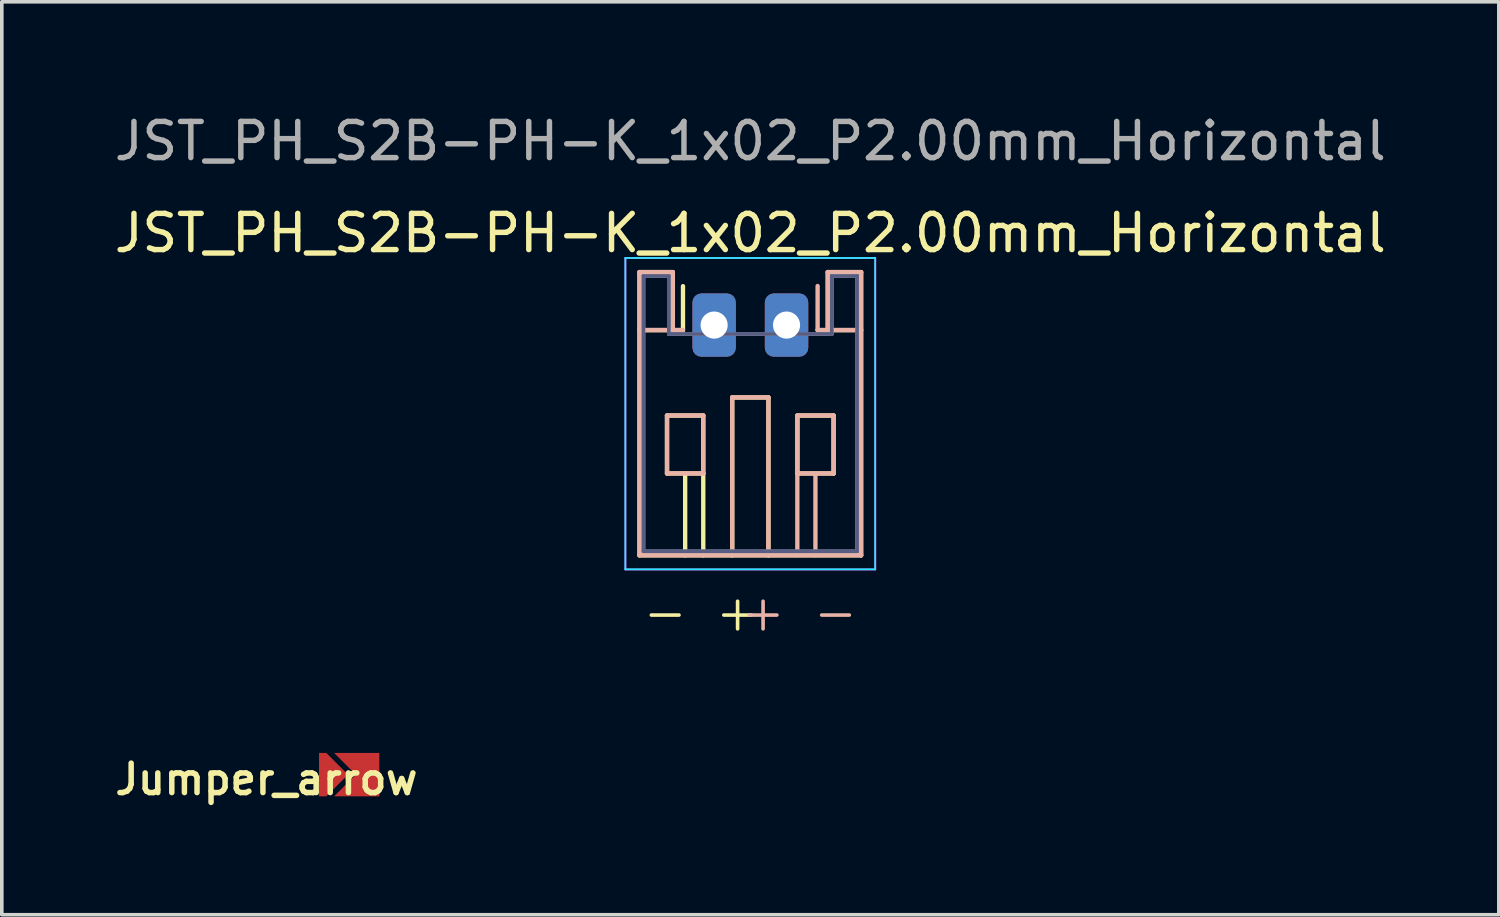
<source format=kicad_pcb>
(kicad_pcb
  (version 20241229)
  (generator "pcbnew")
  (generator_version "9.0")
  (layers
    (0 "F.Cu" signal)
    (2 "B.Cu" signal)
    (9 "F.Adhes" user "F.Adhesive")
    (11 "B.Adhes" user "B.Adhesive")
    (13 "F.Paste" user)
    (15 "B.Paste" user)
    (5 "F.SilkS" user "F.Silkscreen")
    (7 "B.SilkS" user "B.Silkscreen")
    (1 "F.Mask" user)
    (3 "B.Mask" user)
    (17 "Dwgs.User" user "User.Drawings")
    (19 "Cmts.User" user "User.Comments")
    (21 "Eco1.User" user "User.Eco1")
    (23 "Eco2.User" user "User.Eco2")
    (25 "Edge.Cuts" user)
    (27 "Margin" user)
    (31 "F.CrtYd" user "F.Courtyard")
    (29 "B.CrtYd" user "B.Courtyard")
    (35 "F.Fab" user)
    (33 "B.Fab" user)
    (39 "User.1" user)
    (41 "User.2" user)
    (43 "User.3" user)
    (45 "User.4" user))
  (footprint "JST_PH_S2B-PH-K_1x02_P2.00mm_Horizontal"
    (layer "F.Cu")
    (at 16.673 5.928)
    (property "Reference" "JST_PH_S2B-PH-K_1x02_P2.00mm_Horizontal" (at 1 -2.54 0) (layer "F.SilkS") (effects (font (size 1 1) (thickness 0.15))))
    (attr through_hole)
    (fp_line (start -2.06 -1.46) (end -2.06 6.36) (stroke (width 0.12) (type solid)) (layer "F.SilkS"))
    (fp_line (start -2.06 0.14) (end -1.14 0.14) (stroke (width 0.12) (type solid)) (layer "F.SilkS"))
    (fp_line (start -2.06 6.36) (end 4.06 6.36) (stroke (width 0.12) (type solid)) (layer "F.SilkS"))
    (fp_line (start -1.3 2.5) (end -1.3 4.1) (stroke (width 0.12) (type solid)) (layer "F.SilkS"))
    (fp_line (start -1.3 4.1) (end -0.3 4.1) (stroke (width 0.12) (type solid)) (layer "F.SilkS"))
    (fp_line (start -1.14 -1.46) (end -2.06 -1.46) (stroke (width 0.12) (type solid)) (layer "F.SilkS"))
    (fp_line (start -1.14 0.14) (end -1.14 -1.46) (stroke (width 0.12) (type solid)) (layer "F.SilkS"))
    (fp_line (start -0.86 0.14) (end -1.14 0.14) (stroke (width 0.12) (type solid)) (layer "F.SilkS"))
    (fp_line (start -0.86 0.14) (end -0.86 -1.075) (stroke (width 0.12) (type solid)) (layer "F.SilkS"))
    (fp_line (start -0.8 4.1) (end -0.8 6.36) (stroke (width 0.12) (type solid)) (layer "F.SilkS"))
    (fp_line (start -0.3 2.5) (end -1.3 2.5) (stroke (width 0.12) (type solid)) (layer "F.SilkS"))
    (fp_line (start -0.3 4.1) (end -0.3 2.5) (stroke (width 0.12) (type solid)) (layer "F.SilkS"))
    (fp_line (start -0.3 4.1) (end -0.3 6.36) (stroke (width 0.12) (type solid)) (layer "F.SilkS"))
    (fp_line (start 0.5 2) (end 1.5 2) (stroke (width 0.12) (type solid)) (layer "F.SilkS"))
    (fp_line (start 0.5 6.36) (end 0.5 2) (stroke (width 0.12) (type solid)) (layer "F.SilkS"))
    (fp_line (start 1.5 2) (end 1.5 6.36) (stroke (width 0.12) (type solid)) (layer "F.SilkS"))
    (fp_line (start 2.3 2.5) (end 3.3 2.5) (stroke (width 0.12) (type solid)) (layer "F.SilkS"))
    (fp_line (start 2.3 4.1) (end 2.3 2.5) (stroke (width 0.12) (type solid)) (layer "F.SilkS"))
    (fp_line (start 3.14 -1.46) (end 3.14 0.14) (stroke (width 0.12) (type solid)) (layer "F.SilkS"))
    (fp_line (start 3.14 0.14) (end 2.86 0.14) (stroke (width 0.12) (type solid)) (layer "F.SilkS"))
    (fp_line (start 3.3 2.5) (end 3.3 4.1) (stroke (width 0.12) (type solid)) (layer "F.SilkS"))
    (fp_line (start 3.3 4.1) (end 2.3 4.1) (stroke (width 0.12) (type solid)) (layer "F.SilkS"))
    (fp_line (start 4.06 -1.46) (end 3.14 -1.46) (stroke (width 0.12) (type solid)) (layer "F.SilkS"))
    (fp_line (start 4.06 0.14) (end 3.14 0.14) (stroke (width 0.12) (type solid)) (layer "F.SilkS"))
    (fp_line (start 4.06 6.36) (end 4.06 -1.46) (stroke (width 0.12) (type solid)) (layer "F.SilkS"))
    (fp_line (start -2.062 -1.464) (end -1.142 -1.464) (stroke (width 0.12) (type solid)) (layer "B.SilkS"))
    (fp_line (start -2.062 0.136) (end -1.142 0.136) (stroke (width 0.12) (type solid)) (layer "B.SilkS"))
    (fp_line (start -2.062 6.356) (end -2.062 -1.464) (stroke (width 0.12) (type solid)) (layer "B.SilkS"))
    (fp_line (start -1.302 2.496) (end -1.302 4.096) (stroke (width 0.12) (type solid)) (layer "B.SilkS"))
    (fp_line (start -1.302 4.096) (end -0.302 4.096) (stroke (width 0.12) (type solid)) (layer "B.SilkS"))
    (fp_line (start -1.142 -1.464) (end -1.142 0.136) (stroke (width 0.12) (type solid)) (layer "B.SilkS"))
    (fp_line (start -1.142 0.136) (end -0.862 0.136) (stroke (width 0.12) (type solid)) (layer "B.SilkS"))
    (fp_line (start -0.302 2.496) (end -1.302 2.496) (stroke (width 0.12) (type solid)) (layer "B.SilkS"))
    (fp_line (start -0.302 4.096) (end -0.302 2.496) (stroke (width 0.12) (type solid)) (layer "B.SilkS"))
    (fp_line (start 0.498 1.996) (end 0.498 6.356) (stroke (width 0.12) (type solid)) (layer "B.SilkS"))
    (fp_line (start 1.498 1.996) (end 0.498 1.996) (stroke (width 0.12) (type solid)) (layer "B.SilkS"))
    (fp_line (start 1.498 6.356) (end 1.498 1.996) (stroke (width 0.12) (type solid)) (layer "B.SilkS"))
    (fp_line (start 2.298 2.496) (end 3.298 2.496) (stroke (width 0.12) (type solid)) (layer "B.SilkS"))
    (fp_line (start 2.298 4.096) (end 2.298 2.496) (stroke (width 0.12) (type solid)) (layer "B.SilkS"))
    (fp_line (start 2.298 4.096) (end 2.298 6.356) (stroke (width 0.12) (type solid)) (layer "B.SilkS"))
    (fp_line (start 2.798 4.096) (end 2.798 6.356) (stroke (width 0.12) (type solid)) (layer "B.SilkS"))
    (fp_line (start 2.858 0.136) (end 2.858 -1.079) (stroke (width 0.12) (type solid)) (layer "B.SilkS"))
    (fp_line (start 2.858 0.136) (end 3.138 0.136) (stroke (width 0.12) (type solid)) (layer "B.SilkS"))
    (fp_line (start 3.138 -1.464) (end 4.058 -1.464) (stroke (width 0.12) (type solid)) (layer "B.SilkS"))
    (fp_line (start 3.138 0.136) (end 3.138 -1.464) (stroke (width 0.12) (type solid)) (layer "B.SilkS"))
    (fp_line (start 3.298 2.496) (end 3.298 4.096) (stroke (width 0.12) (type solid)) (layer "B.SilkS"))
    (fp_line (start 3.298 4.096) (end 2.298 4.096) (stroke (width 0.12) (type solid)) (layer "B.SilkS"))
    (fp_line (start 4.058 -1.464) (end 4.058 6.356) (stroke (width 0.12) (type solid)) (layer "B.SilkS"))
    (fp_line (start 4.058 0.136) (end 3.138 0.136) (stroke (width 0.12) (type solid)) (layer "B.SilkS"))
    (fp_line (start 4.058 6.356) (end -2.062 6.356) (stroke (width 0.12) (type solid)) (layer "B.SilkS"))
    (fp_line (start -2.452 -1.854) (end 4.448 -1.854) (stroke (width 0.05) (type solid)) (layer "B.CrtYd"))
    (fp_line (start -2.452 6.746) (end -2.452 -1.854) (stroke (width 0.05) (type solid)) (layer "B.CrtYd"))
    (fp_line (start 4.448 -1.854) (end 4.448 6.746) (stroke (width 0.05) (type solid)) (layer "B.CrtYd"))
    (fp_line (start 4.448 6.746) (end -2.452 6.746) (stroke (width 0.05) (type solid)) (layer "B.CrtYd"))
    (fp_line (start -2.45 -1.85) (end -2.45 6.75) (stroke (width 0.05) (type solid)) (layer "F.CrtYd"))
    (fp_line (start -2.45 6.75) (end 4.45 6.75) (stroke (width 0.05) (type solid)) (layer "F.CrtYd"))
    (fp_line (start 4.45 -1.85) (end -2.45 -1.85) (stroke (width 0.05) (type solid)) (layer "F.CrtYd"))
    (fp_line (start 4.45 6.75) (end 4.45 -1.85) (stroke (width 0.05) (type solid)) (layer "F.CrtYd"))
    (fp_line (start -1.952 -1.354) (end -1.252 -1.354) (stroke (width 0.1) (type solid)) (layer "B.Fab"))
    (fp_line (start -1.952 6.246) (end -1.952 -1.354) (stroke (width 0.1) (type solid)) (layer "B.Fab"))
    (fp_line (start -1.252 -1.354) (end -1.252 0.246) (stroke (width 0.1) (type solid)) (layer "B.Fab"))
    (fp_line (start -1.252 0.246) (end 3.248 0.246) (stroke (width 0.1) (type solid)) (layer "B.Fab"))
    (fp_line (start 3.248 -1.354) (end 3.948 -1.354) (stroke (width 0.1) (type solid)) (layer "B.Fab"))
    (fp_line (start 3.248 0.246) (end 3.248 -1.354) (stroke (width 0.1) (type solid)) (layer "B.Fab"))
    (fp_line (start 3.948 -1.354) (end 3.948 6.246) (stroke (width 0.1) (type solid)) (layer "B.Fab"))
    (fp_line (start 3.948 6.246) (end -1.952 6.246) (stroke (width 0.1) (type solid)) (layer "B.Fab"))
    (fp_line (start -1.95 -1.35) (end -1.95 6.25) (stroke (width 0.1) (type solid)) (layer "F.Fab"))
    (fp_line (start -1.95 6.25) (end 3.95 6.25) (stroke (width 0.1) (type solid)) (layer "F.Fab"))
    (fp_line (start -1.25 -1.35) (end -1.95 -1.35) (stroke (width 0.1) (type solid)) (layer "F.Fab"))
    (fp_line (start -1.25 0.25) (end -1.25 -1.35) (stroke (width 0.1) (type solid)) (layer "F.Fab"))
    (fp_line (start 3.25 -1.35) (end 3.25 0.25) (stroke (width 0.1) (type solid)) (layer "F.Fab"))
    (fp_line (start 3.25 0.25) (end -1.25 0.25) (stroke (width 0.1) (type solid)) (layer "F.Fab"))
    (fp_line (start 3.95 -1.35) (end 3.25 -1.35) (stroke (width 0.1) (type solid)) (layer "F.Fab"))
    (fp_line (start 3.95 6.25) (end 3.95 -1.35) (stroke (width 0.1) (type solid)) (layer "F.Fab"))
    (fp_text user "-" (at -0.667 7.5 180) (unlocked yes) (layer "F.SilkS") (effects (font (size 1 1) (thickness 0.1)) (justify left bottom)))
    (fp_text user "+" (at 1.333 7.5 180) (unlocked yes) (layer "F.SilkS") (effects (font (size 1 1) (thickness 0.1)) (justify left bottom)))
    (fp_text user "+" (at 0.667 7.5 180) (unlocked yes) (layer "B.SilkS") (effects (font (size 1 1) (thickness 0.1)) (justify left bottom mirror)))
    (fp_text user "-" (at 2.667 7.5 180) (unlocked yes) (layer "B.SilkS") (effects (font (size 1 1) (thickness 0.1)) (justify left bottom mirror)))
    (fp_text user "${REFERENCE}" (at 1 -5.08 0) (layer "F.Fab") (effects (font (size 1 1) (thickness 0.15))))
    (pad "1" thru_hole roundrect (at 0 0 180) (size 1.2 1.75) (drill 0.75) (layers "*.Cu" "*.Mask") (roundrect_rratio 0.208))
    (pad "2" thru_hole roundrect (at 2 0 180) (size 1.2 1.75) (drill 0.75) (layers "*.Cu" "*.Mask") (roundrect_rratio 0.208)))
  (footprint "Jumper_arrow"
    (layer "F.Cu")
    (at 6.594 18.344)
    (property "Reference" "Jumper_arrow" (at -2.286 0.127 0) (layer "F.SilkS") (effects (font (size 0.813 0.813) (thickness 0.152))))
    (attr smd)
    (fp_poly (pts (xy 0.329 0.508) (xy 0.329 -0.508) (xy -0.687 -0.508) (xy -0.687 0.508)) (stroke (width 0.1) (type solid)) (fill yes) (layer "F.Mask"))
    (pad "1" smd custom (at -0.433 0 90) (size 0.1 0.1) (layers "F.Cu" "F.Mask") (options (anchor rect)) (primitives (gr_poly (pts (xy -0.6 -0.4) (xy 0.6 -0.4) (xy 0.6 -0.2) (xy 0 0.4) (xy -0.6 -0.2)) (width 0) (fill yes))))
    (pad "2" smd custom (at 0.583 0 90) (size 1.2 0.5) (layers "F.Cu" "F.Mask") (options (anchor rect)) (primitives (gr_poly (pts (xy -0.6 0) (xy 0.6 0) (xy 0.6 -1) (xy 0 -0.4) (xy -0.6 -1)) (width 0) (fill yes)))))
  (gr_rect
    (start -3 -3)
    (end 38.345 22.214)
    (stroke (width 0.1) (type default))
    (fill no)
    (layer "Edge.Cuts")))
</source>
